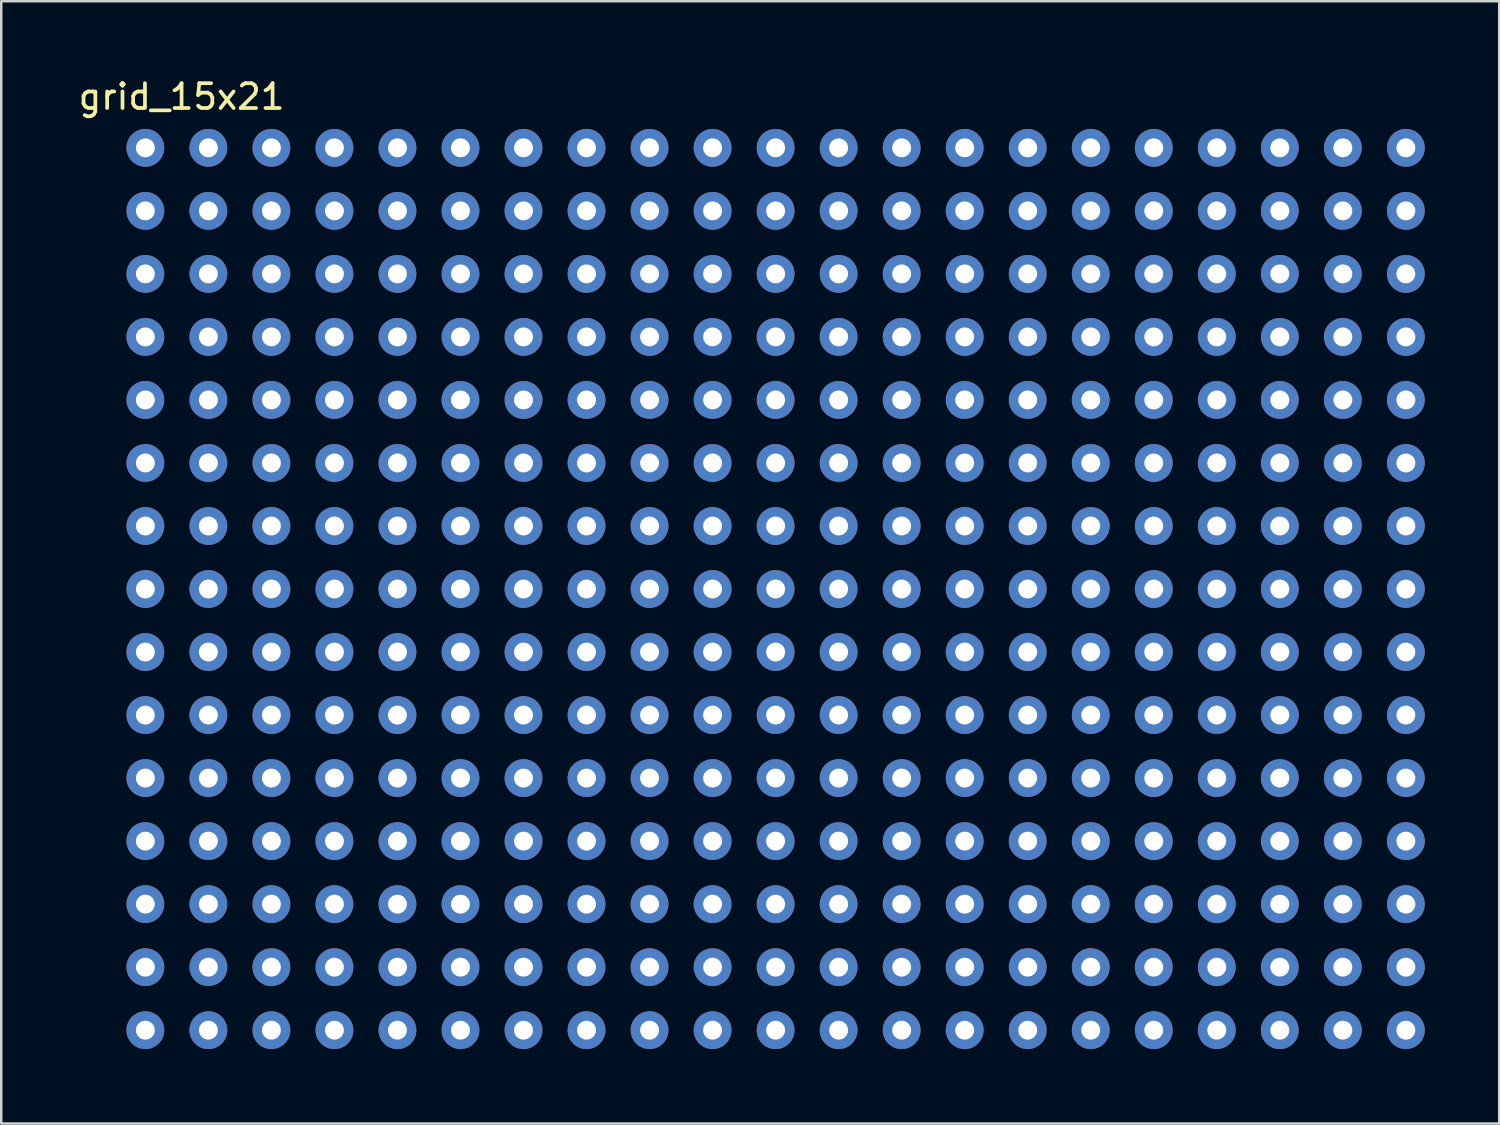
<source format=kicad_pcb>
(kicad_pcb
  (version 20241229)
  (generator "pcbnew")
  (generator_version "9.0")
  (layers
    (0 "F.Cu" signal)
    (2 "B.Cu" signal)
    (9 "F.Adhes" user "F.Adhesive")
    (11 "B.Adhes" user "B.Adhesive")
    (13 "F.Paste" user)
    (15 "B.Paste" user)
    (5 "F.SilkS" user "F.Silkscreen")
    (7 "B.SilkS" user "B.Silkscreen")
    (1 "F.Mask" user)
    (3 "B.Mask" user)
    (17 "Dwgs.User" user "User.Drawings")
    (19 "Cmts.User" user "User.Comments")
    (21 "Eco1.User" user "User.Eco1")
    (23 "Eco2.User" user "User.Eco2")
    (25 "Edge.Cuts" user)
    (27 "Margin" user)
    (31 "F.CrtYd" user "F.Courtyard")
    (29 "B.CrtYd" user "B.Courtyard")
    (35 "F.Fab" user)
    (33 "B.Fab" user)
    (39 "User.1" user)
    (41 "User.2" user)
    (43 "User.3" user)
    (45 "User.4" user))
  (footprint "grid_15x21"
    (layer "F.Cu")
    (at 30.198 15.188)
    (property "Reference" "grid_15x21" (at -25.93 -14.34 0) (layer "F.SilkS") (effects (font (size 1 1) (thickness 0.15))))
    (attr through_hole)
    (pad "1" thru_hole circle (at -27.39 -12.28) (size 1.524 1.524) (drill 0.762) (layers "*.Cu" "*.Mask"))
    (pad "2" thru_hole circle (at -24.85 -12.28) (size 1.524 1.524) (drill 0.762) (layers "*.Cu" "*.Mask"))
    (pad "3" thru_hole circle (at -22.31 -12.28) (size 1.524 1.524) (drill 0.762) (layers "*.Cu" "*.Mask"))
    (pad "4" thru_hole circle (at -19.77 -12.28) (size 1.524 1.524) (drill 0.762) (layers "*.Cu" "*.Mask"))
    (pad "5" thru_hole circle (at -17.23 -12.28) (size 1.524 1.524) (drill 0.762) (layers "*.Cu" "*.Mask"))
    (pad "6" thru_hole circle (at -14.69 -12.28) (size 1.524 1.524) (drill 0.762) (layers "*.Cu" "*.Mask"))
    (pad "7" thru_hole circle (at -12.15 -12.28) (size 1.524 1.524) (drill 0.762) (layers "*.Cu" "*.Mask"))
    (pad "8" thru_hole circle (at -9.61 -12.28) (size 1.524 1.524) (drill 0.762) (layers "*.Cu" "*.Mask"))
    (pad "9" thru_hole circle (at -7.07 -12.28) (size 1.524 1.524) (drill 0.762) (layers "*.Cu" "*.Mask"))
    (pad "10" thru_hole circle (at -4.53 -12.28) (size 1.524 1.524) (drill 0.762) (layers "*.Cu" "*.Mask"))
    (pad "11" thru_hole circle (at -1.99 -12.28) (size 1.524 1.524) (drill 0.762) (layers "*.Cu" "*.Mask"))
    (pad "12" thru_hole circle (at 0.55 -12.28) (size 1.524 1.524) (drill 0.762) (layers "*.Cu" "*.Mask"))
    (pad "13" thru_hole circle (at 3.09 -12.28) (size 1.524 1.524) (drill 0.762) (layers "*.Cu" "*.Mask"))
    (pad "14" thru_hole circle (at 5.63 -12.28) (size 1.524 1.524) (drill 0.762) (layers "*.Cu" "*.Mask"))
    (pad "15" thru_hole circle (at 8.17 -12.28) (size 1.524 1.524) (drill 0.762) (layers "*.Cu" "*.Mask"))
    (pad "16" thru_hole circle (at 10.71 -12.28) (size 1.524 1.524) (drill 0.762) (layers "*.Cu" "*.Mask"))
    (pad "17" thru_hole circle (at 13.25 -12.28) (size 1.524 1.524) (drill 0.762) (layers "*.Cu" "*.Mask"))
    (pad "18" thru_hole circle (at 15.79 -12.28) (size 1.524 1.524) (drill 0.762) (layers "*.Cu" "*.Mask"))
    (pad "19" thru_hole circle (at 18.33 -12.28) (size 1.524 1.524) (drill 0.762) (layers "*.Cu" "*.Mask"))
    (pad "20" thru_hole circle (at 20.87 -12.28) (size 1.524 1.524) (drill 0.762) (layers "*.Cu" "*.Mask"))
    (pad "21" thru_hole circle (at 23.41 -12.28) (size 1.524 1.524) (drill 0.762) (layers "*.Cu" "*.Mask"))
    (pad "22" thru_hole circle (at -27.39 -9.74) (size 1.524 1.524) (drill 0.762) (layers "*.Cu" "*.Mask"))
    (pad "23" thru_hole circle (at -24.85 -9.74) (size 1.524 1.524) (drill 0.762) (layers "*.Cu" "*.Mask"))
    (pad "24" thru_hole circle (at -22.31 -9.74) (size 1.524 1.524) (drill 0.762) (layers "*.Cu" "*.Mask"))
    (pad "25" thru_hole circle (at -19.77 -9.74) (size 1.524 1.524) (drill 0.762) (layers "*.Cu" "*.Mask"))
    (pad "26" thru_hole circle (at -17.23 -9.74) (size 1.524 1.524) (drill 0.762) (layers "*.Cu" "*.Mask"))
    (pad "27" thru_hole circle (at -14.69 -9.74) (size 1.524 1.524) (drill 0.762) (layers "*.Cu" "*.Mask"))
    (pad "28" thru_hole circle (at -12.15 -9.74) (size 1.524 1.524) (drill 0.762) (layers "*.Cu" "*.Mask"))
    (pad "29" thru_hole circle (at -9.61 -9.74) (size 1.524 1.524) (drill 0.762) (layers "*.Cu" "*.Mask"))
    (pad "30" thru_hole circle (at -7.07 -9.74) (size 1.524 1.524) (drill 0.762) (layers "*.Cu" "*.Mask"))
    (pad "31" thru_hole circle (at -4.53 -9.74) (size 1.524 1.524) (drill 0.762) (layers "*.Cu" "*.Mask"))
    (pad "32" thru_hole circle (at -1.99 -9.74) (size 1.524 1.524) (drill 0.762) (layers "*.Cu" "*.Mask"))
    (pad "33" thru_hole circle (at 0.55 -9.74) (size 1.524 1.524) (drill 0.762) (layers "*.Cu" "*.Mask"))
    (pad "34" thru_hole circle (at 3.09 -9.74) (size 1.524 1.524) (drill 0.762) (layers "*.Cu" "*.Mask"))
    (pad "35" thru_hole circle (at 5.63 -9.74) (size 1.524 1.524) (drill 0.762) (layers "*.Cu" "*.Mask"))
    (pad "36" thru_hole circle (at 8.17 -9.74) (size 1.524 1.524) (drill 0.762) (layers "*.Cu" "*.Mask"))
    (pad "37" thru_hole circle (at 10.71 -9.74) (size 1.524 1.524) (drill 0.762) (layers "*.Cu" "*.Mask"))
    (pad "38" thru_hole circle (at 13.25 -9.74) (size 1.524 1.524) (drill 0.762) (layers "*.Cu" "*.Mask"))
    (pad "39" thru_hole circle (at 15.79 -9.74) (size 1.524 1.524) (drill 0.762) (layers "*.Cu" "*.Mask"))
    (pad "40" thru_hole circle (at 18.33 -9.74) (size 1.524 1.524) (drill 0.762) (layers "*.Cu" "*.Mask"))
    (pad "41" thru_hole circle (at 20.87 -9.74) (size 1.524 1.524) (drill 0.762) (layers "*.Cu" "*.Mask"))
    (pad "42" thru_hole circle (at 23.41 -9.74) (size 1.524 1.524) (drill 0.762) (layers "*.Cu" "*.Mask"))
    (pad "43" thru_hole circle (at -27.39 -7.2) (size 1.524 1.524) (drill 0.762) (layers "*.Cu" "*.Mask"))
    (pad "44" thru_hole circle (at -24.85 -7.2) (size 1.524 1.524) (drill 0.762) (layers "*.Cu" "*.Mask"))
    (pad "45" thru_hole circle (at -22.31 -7.2) (size 1.524 1.524) (drill 0.762) (layers "*.Cu" "*.Mask"))
    (pad "46" thru_hole circle (at -19.77 -7.2) (size 1.524 1.524) (drill 0.762) (layers "*.Cu" "*.Mask"))
    (pad "47" thru_hole circle (at -17.23 -7.2) (size 1.524 1.524) (drill 0.762) (layers "*.Cu" "*.Mask"))
    (pad "48" thru_hole circle (at -14.69 -7.2) (size 1.524 1.524) (drill 0.762) (layers "*.Cu" "*.Mask"))
    (pad "49" thru_hole circle (at -12.15 -7.2) (size 1.524 1.524) (drill 0.762) (layers "*.Cu" "*.Mask"))
    (pad "50" thru_hole circle (at -9.61 -7.2) (size 1.524 1.524) (drill 0.762) (layers "*.Cu" "*.Mask"))
    (pad "51" thru_hole circle (at -7.07 -7.2) (size 1.524 1.524) (drill 0.762) (layers "*.Cu" "*.Mask"))
    (pad "52" thru_hole circle (at -4.53 -7.2) (size 1.524 1.524) (drill 0.762) (layers "*.Cu" "*.Mask"))
    (pad "53" thru_hole circle (at -1.99 -7.2) (size 1.524 1.524) (drill 0.762) (layers "*.Cu" "*.Mask"))
    (pad "54" thru_hole circle (at 0.55 -7.2) (size 1.524 1.524) (drill 0.762) (layers "*.Cu" "*.Mask"))
    (pad "55" thru_hole circle (at 3.09 -7.2) (size 1.524 1.524) (drill 0.762) (layers "*.Cu" "*.Mask"))
    (pad "56" thru_hole circle (at 5.63 -7.2) (size 1.524 1.524) (drill 0.762) (layers "*.Cu" "*.Mask"))
    (pad "57" thru_hole circle (at 8.17 -7.2) (size 1.524 1.524) (drill 0.762) (layers "*.Cu" "*.Mask"))
    (pad "58" thru_hole circle (at 10.71 -7.2) (size 1.524 1.524) (drill 0.762) (layers "*.Cu" "*.Mask"))
    (pad "59" thru_hole circle (at 13.25 -7.2) (size 1.524 1.524) (drill 0.762) (layers "*.Cu" "*.Mask"))
    (pad "60" thru_hole circle (at 15.79 -7.2) (size 1.524 1.524) (drill 0.762) (layers "*.Cu" "*.Mask"))
    (pad "61" thru_hole circle (at 18.33 -7.2) (size 1.524 1.524) (drill 0.762) (layers "*.Cu" "*.Mask"))
    (pad "62" thru_hole circle (at 20.87 -7.2) (size 1.524 1.524) (drill 0.762) (layers "*.Cu" "*.Mask"))
    (pad "63" thru_hole circle (at 23.41 -7.2) (size 1.524 1.524) (drill 0.762) (layers "*.Cu" "*.Mask"))
    (pad "64" thru_hole circle (at -27.39 -4.66) (size 1.524 1.524) (drill 0.762) (layers "*.Cu" "*.Mask"))
    (pad "65" thru_hole circle (at -24.85 -4.66) (size 1.524 1.524) (drill 0.762) (layers "*.Cu" "*.Mask"))
    (pad "66" thru_hole circle (at -22.31 -4.66) (size 1.524 1.524) (drill 0.762) (layers "*.Cu" "*.Mask"))
    (pad "67" thru_hole circle (at -19.77 -4.66) (size 1.524 1.524) (drill 0.762) (layers "*.Cu" "*.Mask"))
    (pad "68" thru_hole circle (at -17.23 -4.66) (size 1.524 1.524) (drill 0.762) (layers "*.Cu" "*.Mask"))
    (pad "69" thru_hole circle (at -14.69 -4.66) (size 1.524 1.524) (drill 0.762) (layers "*.Cu" "*.Mask"))
    (pad "70" thru_hole circle (at -12.15 -4.66) (size 1.524 1.524) (drill 0.762) (layers "*.Cu" "*.Mask"))
    (pad "71" thru_hole circle (at -9.61 -4.66) (size 1.524 1.524) (drill 0.762) (layers "*.Cu" "*.Mask"))
    (pad "72" thru_hole circle (at -7.07 -4.66) (size 1.524 1.524) (drill 0.762) (layers "*.Cu" "*.Mask"))
    (pad "73" thru_hole circle (at -4.53 -4.66) (size 1.524 1.524) (drill 0.762) (layers "*.Cu" "*.Mask"))
    (pad "74" thru_hole circle (at -1.99 -4.66) (size 1.524 1.524) (drill 0.762) (layers "*.Cu" "*.Mask"))
    (pad "75" thru_hole circle (at 0.55 -4.66) (size 1.524 1.524) (drill 0.762) (layers "*.Cu" "*.Mask"))
    (pad "76" thru_hole circle (at 3.09 -4.66) (size 1.524 1.524) (drill 0.762) (layers "*.Cu" "*.Mask"))
    (pad "77" thru_hole circle (at 5.63 -4.66) (size 1.524 1.524) (drill 0.762) (layers "*.Cu" "*.Mask"))
    (pad "78" thru_hole circle (at 8.17 -4.66) (size 1.524 1.524) (drill 0.762) (layers "*.Cu" "*.Mask"))
    (pad "79" thru_hole circle (at 10.71 -4.66) (size 1.524 1.524) (drill 0.762) (layers "*.Cu" "*.Mask"))
    (pad "80" thru_hole circle (at 13.25 -4.66) (size 1.524 1.524) (drill 0.762) (layers "*.Cu" "*.Mask"))
    (pad "81" thru_hole circle (at 15.79 -4.66) (size 1.524 1.524) (drill 0.762) (layers "*.Cu" "*.Mask"))
    (pad "82" thru_hole circle (at 18.33 -4.66) (size 1.524 1.524) (drill 0.762) (layers "*.Cu" "*.Mask"))
    (pad "83" thru_hole circle (at 20.87 -4.66) (size 1.524 1.524) (drill 0.762) (layers "*.Cu" "*.Mask"))
    (pad "84" thru_hole circle (at 23.41 -4.66) (size 1.524 1.524) (drill 0.762) (layers "*.Cu" "*.Mask"))
    (pad "85" thru_hole circle (at -27.39 -2.12) (size 1.524 1.524) (drill 0.762) (layers "*.Cu" "*.Mask"))
    (pad "86" thru_hole circle (at -24.85 -2.12) (size 1.524 1.524) (drill 0.762) (layers "*.Cu" "*.Mask"))
    (pad "87" thru_hole circle (at -22.31 -2.12) (size 1.524 1.524) (drill 0.762) (layers "*.Cu" "*.Mask"))
    (pad "88" thru_hole circle (at -19.77 -2.12) (size 1.524 1.524) (drill 0.762) (layers "*.Cu" "*.Mask"))
    (pad "89" thru_hole circle (at -17.23 -2.12) (size 1.524 1.524) (drill 0.762) (layers "*.Cu" "*.Mask"))
    (pad "90" thru_hole circle (at -14.69 -2.12) (size 1.524 1.524) (drill 0.762) (layers "*.Cu" "*.Mask"))
    (pad "91" thru_hole circle (at -12.15 -2.12) (size 1.524 1.524) (drill 0.762) (layers "*.Cu" "*.Mask"))
    (pad "92" thru_hole circle (at -9.61 -2.12) (size 1.524 1.524) (drill 0.762) (layers "*.Cu" "*.Mask"))
    (pad "93" thru_hole circle (at -7.07 -2.12) (size 1.524 1.524) (drill 0.762) (layers "*.Cu" "*.Mask"))
    (pad "94" thru_hole circle (at -4.53 -2.12) (size 1.524 1.524) (drill 0.762) (layers "*.Cu" "*.Mask"))
    (pad "95" thru_hole circle (at -1.99 -2.12) (size 1.524 1.524) (drill 0.762) (layers "*.Cu" "*.Mask"))
    (pad "96" thru_hole circle (at 0.55 -2.12) (size 1.524 1.524) (drill 0.762) (layers "*.Cu" "*.Mask"))
    (pad "97" thru_hole circle (at 3.09 -2.12) (size 1.524 1.524) (drill 0.762) (layers "*.Cu" "*.Mask"))
    (pad "98" thru_hole circle (at 5.63 -2.12) (size 1.524 1.524) (drill 0.762) (layers "*.Cu" "*.Mask"))
    (pad "99" thru_hole circle (at 8.17 -2.12) (size 1.524 1.524) (drill 0.762) (layers "*.Cu" "*.Mask"))
    (pad "100" thru_hole circle (at 10.71 -2.12) (size 1.524 1.524) (drill 0.762) (layers "*.Cu" "*.Mask"))
    (pad "101" thru_hole circle (at 13.25 -2.12) (size 1.524 1.524) (drill 0.762) (layers "*.Cu" "*.Mask"))
    (pad "102" thru_hole circle (at 15.79 -2.12) (size 1.524 1.524) (drill 0.762) (layers "*.Cu" "*.Mask"))
    (pad "103" thru_hole circle (at 18.33 -2.12) (size 1.524 1.524) (drill 0.762) (layers "*.Cu" "*.Mask"))
    (pad "104" thru_hole circle (at 20.87 -2.12) (size 1.524 1.524) (drill 0.762) (layers "*.Cu" "*.Mask"))
    (pad "105" thru_hole circle (at 23.41 -2.12) (size 1.524 1.524) (drill 0.762) (layers "*.Cu" "*.Mask"))
    (pad "106" thru_hole circle (at -27.39 0.42) (size 1.524 1.524) (drill 0.762) (layers "*.Cu" "*.Mask"))
    (pad "107" thru_hole circle (at -24.85 0.42) (size 1.524 1.524) (drill 0.762) (layers "*.Cu" "*.Mask"))
    (pad "108" thru_hole circle (at -22.31 0.42) (size 1.524 1.524) (drill 0.762) (layers "*.Cu" "*.Mask"))
    (pad "109" thru_hole circle (at -19.77 0.42) (size 1.524 1.524) (drill 0.762) (layers "*.Cu" "*.Mask"))
    (pad "110" thru_hole circle (at -17.23 0.42) (size 1.524 1.524) (drill 0.762) (layers "*.Cu" "*.Mask"))
    (pad "111" thru_hole circle (at -14.69 0.42) (size 1.524 1.524) (drill 0.762) (layers "*.Cu" "*.Mask"))
    (pad "112" thru_hole circle (at -12.15 0.42) (size 1.524 1.524) (drill 0.762) (layers "*.Cu" "*.Mask"))
    (pad "113" thru_hole circle (at -9.61 0.42) (size 1.524 1.524) (drill 0.762) (layers "*.Cu" "*.Mask"))
    (pad "114" thru_hole circle (at -7.07 0.42) (size 1.524 1.524) (drill 0.762) (layers "*.Cu" "*.Mask"))
    (pad "115" thru_hole circle (at -4.53 0.42) (size 1.524 1.524) (drill 0.762) (layers "*.Cu" "*.Mask"))
    (pad "116" thru_hole circle (at -1.99 0.42) (size 1.524 1.524) (drill 0.762) (layers "*.Cu" "*.Mask"))
    (pad "117" thru_hole circle (at 0.55 0.42) (size 1.524 1.524) (drill 0.762) (layers "*.Cu" "*.Mask"))
    (pad "118" thru_hole circle (at 3.09 0.42) (size 1.524 1.524) (drill 0.762) (layers "*.Cu" "*.Mask"))
    (pad "119" thru_hole circle (at 5.63 0.42) (size 1.524 1.524) (drill 0.762) (layers "*.Cu" "*.Mask"))
    (pad "120" thru_hole circle (at 8.17 0.42) (size 1.524 1.524) (drill 0.762) (layers "*.Cu" "*.Mask"))
    (pad "121" thru_hole circle (at 10.71 0.42) (size 1.524 1.524) (drill 0.762) (layers "*.Cu" "*.Mask"))
    (pad "122" thru_hole circle (at 13.25 0.42) (size 1.524 1.524) (drill 0.762) (layers "*.Cu" "*.Mask"))
    (pad "123" thru_hole circle (at 15.79 0.42) (size 1.524 1.524) (drill 0.762) (layers "*.Cu" "*.Mask"))
    (pad "124" thru_hole circle (at 18.33 0.42) (size 1.524 1.524) (drill 0.762) (layers "*.Cu" "*.Mask"))
    (pad "125" thru_hole circle (at 20.87 0.42) (size 1.524 1.524) (drill 0.762) (layers "*.Cu" "*.Mask"))
    (pad "126" thru_hole circle (at 23.41 0.42) (size 1.524 1.524) (drill 0.762) (layers "*.Cu" "*.Mask"))
    (pad "127" thru_hole circle (at -27.39 2.96) (size 1.524 1.524) (drill 0.762) (layers "*.Cu" "*.Mask"))
    (pad "128" thru_hole circle (at -24.85 2.96) (size 1.524 1.524) (drill 0.762) (layers "*.Cu" "*.Mask"))
    (pad "129" thru_hole circle (at -22.31 2.96) (size 1.524 1.524) (drill 0.762) (layers "*.Cu" "*.Mask"))
    (pad "130" thru_hole circle (at -19.77 2.96) (size 1.524 1.524) (drill 0.762) (layers "*.Cu" "*.Mask"))
    (pad "131" thru_hole circle (at -17.23 2.96) (size 1.524 1.524) (drill 0.762) (layers "*.Cu" "*.Mask"))
    (pad "132" thru_hole circle (at -14.69 2.96) (size 1.524 1.524) (drill 0.762) (layers "*.Cu" "*.Mask"))
    (pad "133" thru_hole circle (at -12.15 2.96) (size 1.524 1.524) (drill 0.762) (layers "*.Cu" "*.Mask"))
    (pad "134" thru_hole circle (at -9.61 2.96) (size 1.524 1.524) (drill 0.762) (layers "*.Cu" "*.Mask"))
    (pad "135" thru_hole circle (at -7.07 2.96) (size 1.524 1.524) (drill 0.762) (layers "*.Cu" "*.Mask"))
    (pad "136" thru_hole circle (at -4.53 2.96) (size 1.524 1.524) (drill 0.762) (layers "*.Cu" "*.Mask"))
    (pad "137" thru_hole circle (at -1.99 2.96) (size 1.524 1.524) (drill 0.762) (layers "*.Cu" "*.Mask"))
    (pad "138" thru_hole circle (at 0.55 2.96) (size 1.524 1.524) (drill 0.762) (layers "*.Cu" "*.Mask"))
    (pad "139" thru_hole circle (at 3.09 2.96) (size 1.524 1.524) (drill 0.762) (layers "*.Cu" "*.Mask"))
    (pad "140" thru_hole circle (at 5.63 2.96) (size 1.524 1.524) (drill 0.762) (layers "*.Cu" "*.Mask"))
    (pad "141" thru_hole circle (at 8.17 2.96) (size 1.524 1.524) (drill 0.762) (layers "*.Cu" "*.Mask"))
    (pad "142" thru_hole circle (at 10.71 2.96) (size 1.524 1.524) (drill 0.762) (layers "*.Cu" "*.Mask"))
    (pad "143" thru_hole circle (at 13.25 2.96) (size 1.524 1.524) (drill 0.762) (layers "*.Cu" "*.Mask"))
    (pad "144" thru_hole circle (at 15.79 2.96) (size 1.524 1.524) (drill 0.762) (layers "*.Cu" "*.Mask"))
    (pad "145" thru_hole circle (at 18.33 2.96) (size 1.524 1.524) (drill 0.762) (layers "*.Cu" "*.Mask"))
    (pad "146" thru_hole circle (at 20.87 2.96) (size 1.524 1.524) (drill 0.762) (layers "*.Cu" "*.Mask"))
    (pad "147" thru_hole circle (at 23.41 2.96) (size 1.524 1.524) (drill 0.762) (layers "*.Cu" "*.Mask"))
    (pad "148" thru_hole circle (at -27.39 5.5) (size 1.524 1.524) (drill 0.762) (layers "*.Cu" "*.Mask"))
    (pad "149" thru_hole circle (at -24.85 5.5) (size 1.524 1.524) (drill 0.762) (layers "*.Cu" "*.Mask"))
    (pad "150" thru_hole circle (at -22.31 5.5) (size 1.524 1.524) (drill 0.762) (layers "*.Cu" "*.Mask"))
    (pad "151" thru_hole circle (at -19.77 5.5) (size 1.524 1.524) (drill 0.762) (layers "*.Cu" "*.Mask"))
    (pad "152" thru_hole circle (at -17.23 5.5) (size 1.524 1.524) (drill 0.762) (layers "*.Cu" "*.Mask"))
    (pad "153" thru_hole circle (at -14.69 5.5) (size 1.524 1.524) (drill 0.762) (layers "*.Cu" "*.Mask"))
    (pad "154" thru_hole circle (at -12.15 5.5) (size 1.524 1.524) (drill 0.762) (layers "*.Cu" "*.Mask"))
    (pad "155" thru_hole circle (at -9.61 5.5) (size 1.524 1.524) (drill 0.762) (layers "*.Cu" "*.Mask"))
    (pad "156" thru_hole circle (at -7.07 5.5) (size 1.524 1.524) (drill 0.762) (layers "*.Cu" "*.Mask"))
    (pad "157" thru_hole circle (at -4.53 5.5) (size 1.524 1.524) (drill 0.762) (layers "*.Cu" "*.Mask"))
    (pad "158" thru_hole circle (at -1.99 5.5) (size 1.524 1.524) (drill 0.762) (layers "*.Cu" "*.Mask"))
    (pad "159" thru_hole circle (at 0.55 5.5) (size 1.524 1.524) (drill 0.762) (layers "*.Cu" "*.Mask"))
    (pad "160" thru_hole circle (at 3.09 5.5) (size 1.524 1.524) (drill 0.762) (layers "*.Cu" "*.Mask"))
    (pad "161" thru_hole circle (at 5.63 5.5) (size 1.524 1.524) (drill 0.762) (layers "*.Cu" "*.Mask"))
    (pad "162" thru_hole circle (at 8.17 5.5) (size 1.524 1.524) (drill 0.762) (layers "*.Cu" "*.Mask"))
    (pad "163" thru_hole circle (at 10.71 5.5) (size 1.524 1.524) (drill 0.762) (layers "*.Cu" "*.Mask"))
    (pad "164" thru_hole circle (at 13.25 5.5) (size 1.524 1.524) (drill 0.762) (layers "*.Cu" "*.Mask"))
    (pad "165" thru_hole circle (at 15.79 5.5) (size 1.524 1.524) (drill 0.762) (layers "*.Cu" "*.Mask"))
    (pad "166" thru_hole circle (at 18.33 5.5) (size 1.524 1.524) (drill 0.762) (layers "*.Cu" "*.Mask"))
    (pad "167" thru_hole circle (at 20.87 5.5) (size 1.524 1.524) (drill 0.762) (layers "*.Cu" "*.Mask"))
    (pad "168" thru_hole circle (at 23.41 5.5) (size 1.524 1.524) (drill 0.762) (layers "*.Cu" "*.Mask"))
    (pad "169" thru_hole circle (at -27.39 8.04) (size 1.524 1.524) (drill 0.762) (layers "*.Cu" "*.Mask"))
    (pad "170" thru_hole circle (at -24.85 8.04) (size 1.524 1.524) (drill 0.762) (layers "*.Cu" "*.Mask"))
    (pad "171" thru_hole circle (at -22.31 8.04) (size 1.524 1.524) (drill 0.762) (layers "*.Cu" "*.Mask"))
    (pad "172" thru_hole circle (at -19.77 8.04) (size 1.524 1.524) (drill 0.762) (layers "*.Cu" "*.Mask"))
    (pad "173" thru_hole circle (at -17.23 8.04) (size 1.524 1.524) (drill 0.762) (layers "*.Cu" "*.Mask"))
    (pad "174" thru_hole circle (at -14.69 8.04) (size 1.524 1.524) (drill 0.762) (layers "*.Cu" "*.Mask"))
    (pad "175" thru_hole circle (at -12.15 8.04) (size 1.524 1.524) (drill 0.762) (layers "*.Cu" "*.Mask"))
    (pad "176" thru_hole circle (at -9.61 8.04) (size 1.524 1.524) (drill 0.762) (layers "*.Cu" "*.Mask"))
    (pad "177" thru_hole circle (at -7.07 8.04) (size 1.524 1.524) (drill 0.762) (layers "*.Cu" "*.Mask"))
    (pad "178" thru_hole circle (at -4.53 8.04) (size 1.524 1.524) (drill 0.762) (layers "*.Cu" "*.Mask"))
    (pad "179" thru_hole circle (at -1.99 8.04) (size 1.524 1.524) (drill 0.762) (layers "*.Cu" "*.Mask"))
    (pad "180" thru_hole circle (at 0.55 8.04) (size 1.524 1.524) (drill 0.762) (layers "*.Cu" "*.Mask"))
    (pad "181" thru_hole circle (at 3.09 8.04) (size 1.524 1.524) (drill 0.762) (layers "*.Cu" "*.Mask"))
    (pad "182" thru_hole circle (at 5.63 8.04) (size 1.524 1.524) (drill 0.762) (layers "*.Cu" "*.Mask"))
    (pad "183" thru_hole circle (at 8.17 8.04) (size 1.524 1.524) (drill 0.762) (layers "*.Cu" "*.Mask"))
    (pad "184" thru_hole circle (at 10.71 8.04) (size 1.524 1.524) (drill 0.762) (layers "*.Cu" "*.Mask"))
    (pad "185" thru_hole circle (at 13.25 8.04) (size 1.524 1.524) (drill 0.762) (layers "*.Cu" "*.Mask"))
    (pad "186" thru_hole circle (at 15.79 8.04) (size 1.524 1.524) (drill 0.762) (layers "*.Cu" "*.Mask"))
    (pad "187" thru_hole circle (at 18.33 8.04) (size 1.524 1.524) (drill 0.762) (layers "*.Cu" "*.Mask"))
    (pad "188" thru_hole circle (at 20.87 8.04) (size 1.524 1.524) (drill 0.762) (layers "*.Cu" "*.Mask"))
    (pad "189" thru_hole circle (at 23.41 8.04) (size 1.524 1.524) (drill 0.762) (layers "*.Cu" "*.Mask"))
    (pad "190" thru_hole circle (at -27.39 10.58) (size 1.524 1.524) (drill 0.762) (layers "*.Cu" "*.Mask"))
    (pad "191" thru_hole circle (at -24.85 10.58) (size 1.524 1.524) (drill 0.762) (layers "*.Cu" "*.Mask"))
    (pad "192" thru_hole circle (at -22.31 10.58) (size 1.524 1.524) (drill 0.762) (layers "*.Cu" "*.Mask"))
    (pad "193" thru_hole circle (at -19.77 10.58) (size 1.524 1.524) (drill 0.762) (layers "*.Cu" "*.Mask"))
    (pad "194" thru_hole circle (at -17.23 10.58) (size 1.524 1.524) (drill 0.762) (layers "*.Cu" "*.Mask"))
    (pad "195" thru_hole circle (at -14.69 10.58) (size 1.524 1.524) (drill 0.762) (layers "*.Cu" "*.Mask"))
    (pad "196" thru_hole circle (at -12.15 10.58) (size 1.524 1.524) (drill 0.762) (layers "*.Cu" "*.Mask"))
    (pad "197" thru_hole circle (at -9.61 10.58) (size 1.524 1.524) (drill 0.762) (layers "*.Cu" "*.Mask"))
    (pad "198" thru_hole circle (at -7.07 10.58) (size 1.524 1.524) (drill 0.762) (layers "*.Cu" "*.Mask"))
    (pad "199" thru_hole circle (at -4.53 10.58) (size 1.524 1.524) (drill 0.762) (layers "*.Cu" "*.Mask"))
    (pad "200" thru_hole circle (at -1.99 10.58) (size 1.524 1.524) (drill 0.762) (layers "*.Cu" "*.Mask"))
    (pad "201" thru_hole circle (at 0.55 10.58) (size 1.524 1.524) (drill 0.762) (layers "*.Cu" "*.Mask"))
    (pad "202" thru_hole circle (at 3.09 10.58) (size 1.524 1.524) (drill 0.762) (layers "*.Cu" "*.Mask"))
    (pad "203" thru_hole circle (at 5.63 10.58) (size 1.524 1.524) (drill 0.762) (layers "*.Cu" "*.Mask"))
    (pad "204" thru_hole circle (at 8.17 10.58) (size 1.524 1.524) (drill 0.762) (layers "*.Cu" "*.Mask"))
    (pad "205" thru_hole circle (at 10.71 10.58) (size 1.524 1.524) (drill 0.762) (layers "*.Cu" "*.Mask"))
    (pad "206" thru_hole circle (at 13.25 10.58) (size 1.524 1.524) (drill 0.762) (layers "*.Cu" "*.Mask"))
    (pad "207" thru_hole circle (at 15.79 10.58) (size 1.524 1.524) (drill 0.762) (layers "*.Cu" "*.Mask"))
    (pad "208" thru_hole circle (at 18.33 10.58) (size 1.524 1.524) (drill 0.762) (layers "*.Cu" "*.Mask"))
    (pad "209" thru_hole circle (at 20.87 10.58) (size 1.524 1.524) (drill 0.762) (layers "*.Cu" "*.Mask"))
    (pad "210" thru_hole circle (at 23.41 10.58) (size 1.524 1.524) (drill 0.762) (layers "*.Cu" "*.Mask"))
    (pad "211" thru_hole circle (at -27.39 13.12) (size 1.524 1.524) (drill 0.762) (layers "*.Cu" "*.Mask"))
    (pad "212" thru_hole circle (at -24.85 13.12) (size 1.524 1.524) (drill 0.762) (layers "*.Cu" "*.Mask"))
    (pad "213" thru_hole circle (at -22.31 13.12) (size 1.524 1.524) (drill 0.762) (layers "*.Cu" "*.Mask"))
    (pad "214" thru_hole circle (at -19.77 13.12) (size 1.524 1.524) (drill 0.762) (layers "*.Cu" "*.Mask"))
    (pad "215" thru_hole circle (at -17.23 13.12) (size 1.524 1.524) (drill 0.762) (layers "*.Cu" "*.Mask"))
    (pad "216" thru_hole circle (at -14.69 13.12) (size 1.524 1.524) (drill 0.762) (layers "*.Cu" "*.Mask"))
    (pad "217" thru_hole circle (at -12.15 13.12) (size 1.524 1.524) (drill 0.762) (layers "*.Cu" "*.Mask"))
    (pad "218" thru_hole circle (at -9.61 13.12) (size 1.524 1.524) (drill 0.762) (layers "*.Cu" "*.Mask"))
    (pad "219" thru_hole circle (at -7.07 13.12) (size 1.524 1.524) (drill 0.762) (layers "*.Cu" "*.Mask"))
    (pad "220" thru_hole circle (at -4.53 13.12) (size 1.524 1.524) (drill 0.762) (layers "*.Cu" "*.Mask"))
    (pad "221" thru_hole circle (at -1.99 13.12) (size 1.524 1.524) (drill 0.762) (layers "*.Cu" "*.Mask"))
    (pad "222" thru_hole circle (at 0.55 13.12) (size 1.524 1.524) (drill 0.762) (layers "*.Cu" "*.Mask"))
    (pad "223" thru_hole circle (at 3.09 13.12) (size 1.524 1.524) (drill 0.762) (layers "*.Cu" "*.Mask"))
    (pad "224" thru_hole circle (at 5.63 13.12) (size 1.524 1.524) (drill 0.762) (layers "*.Cu" "*.Mask"))
    (pad "225" thru_hole circle (at 8.17 13.12) (size 1.524 1.524) (drill 0.762) (layers "*.Cu" "*.Mask"))
    (pad "226" thru_hole circle (at 10.71 13.12) (size 1.524 1.524) (drill 0.762) (layers "*.Cu" "*.Mask"))
    (pad "227" thru_hole circle (at 13.25 13.12) (size 1.524 1.524) (drill 0.762) (layers "*.Cu" "*.Mask"))
    (pad "228" thru_hole circle (at 15.79 13.12) (size 1.524 1.524) (drill 0.762) (layers "*.Cu" "*.Mask"))
    (pad "229" thru_hole circle (at 18.33 13.12) (size 1.524 1.524) (drill 0.762) (layers "*.Cu" "*.Mask"))
    (pad "230" thru_hole circle (at 20.87 13.12) (size 1.524 1.524) (drill 0.762) (layers "*.Cu" "*.Mask"))
    (pad "231" thru_hole circle (at 23.41 13.12) (size 1.524 1.524) (drill 0.762) (layers "*.Cu" "*.Mask"))
    (pad "232" thru_hole circle (at -27.39 15.66) (size 1.524 1.524) (drill 0.762) (layers "*.Cu" "*.Mask"))
    (pad "233" thru_hole circle (at -24.85 15.66) (size 1.524 1.524) (drill 0.762) (layers "*.Cu" "*.Mask"))
    (pad "234" thru_hole circle (at -22.31 15.66) (size 1.524 1.524) (drill 0.762) (layers "*.Cu" "*.Mask"))
    (pad "235" thru_hole circle (at -19.77 15.66) (size 1.524 1.524) (drill 0.762) (layers "*.Cu" "*.Mask"))
    (pad "236" thru_hole circle (at -17.23 15.66) (size 1.524 1.524) (drill 0.762) (layers "*.Cu" "*.Mask"))
    (pad "237" thru_hole circle (at -14.69 15.66) (size 1.524 1.524) (drill 0.762) (layers "*.Cu" "*.Mask"))
    (pad "238" thru_hole circle (at -12.15 15.66) (size 1.524 1.524) (drill 0.762) (layers "*.Cu" "*.Mask"))
    (pad "239" thru_hole circle (at -9.61 15.66) (size 1.524 1.524) (drill 0.762) (layers "*.Cu" "*.Mask"))
    (pad "240" thru_hole circle (at -7.07 15.66) (size 1.524 1.524) (drill 0.762) (layers "*.Cu" "*.Mask"))
    (pad "241" thru_hole circle (at -4.53 15.66) (size 1.524 1.524) (drill 0.762) (layers "*.Cu" "*.Mask"))
    (pad "242" thru_hole circle (at -1.99 15.66) (size 1.524 1.524) (drill 0.762) (layers "*.Cu" "*.Mask"))
    (pad "243" thru_hole circle (at 0.55 15.66) (size 1.524 1.524) (drill 0.762) (layers "*.Cu" "*.Mask"))
    (pad "244" thru_hole circle (at 3.09 15.66) (size 1.524 1.524) (drill 0.762) (layers "*.Cu" "*.Mask"))
    (pad "245" thru_hole circle (at 5.63 15.66) (size 1.524 1.524) (drill 0.762) (layers "*.Cu" "*.Mask"))
    (pad "246" thru_hole circle (at 8.17 15.66) (size 1.524 1.524) (drill 0.762) (layers "*.Cu" "*.Mask"))
    (pad "247" thru_hole circle (at 10.71 15.66) (size 1.524 1.524) (drill 0.762) (layers "*.Cu" "*.Mask"))
    (pad "248" thru_hole circle (at 13.25 15.66) (size 1.524 1.524) (drill 0.762) (layers "*.Cu" "*.Mask"))
    (pad "249" thru_hole circle (at 15.79 15.66) (size 1.524 1.524) (drill 0.762) (layers "*.Cu" "*.Mask"))
    (pad "250" thru_hole circle (at 18.33 15.66) (size 1.524 1.524) (drill 0.762) (layers "*.Cu" "*.Mask"))
    (pad "251" thru_hole circle (at 20.87 15.66) (size 1.524 1.524) (drill 0.762) (layers "*.Cu" "*.Mask"))
    (pad "252" thru_hole circle (at 23.41 15.66) (size 1.524 1.524) (drill 0.762) (layers "*.Cu" "*.Mask"))
    (pad "253" thru_hole circle (at -27.39 18.2) (size 1.524 1.524) (drill 0.762) (layers "*.Cu" "*.Mask"))
    (pad "254" thru_hole circle (at -24.85 18.2) (size 1.524 1.524) (drill 0.762) (layers "*.Cu" "*.Mask"))
    (pad "255" thru_hole circle (at -22.31 18.2) (size 1.524 1.524) (drill 0.762) (layers "*.Cu" "*.Mask"))
    (pad "256" thru_hole circle (at -19.77 18.2) (size 1.524 1.524) (drill 0.762) (layers "*.Cu" "*.Mask"))
    (pad "257" thru_hole circle (at -17.23 18.2) (size 1.524 1.524) (drill 0.762) (layers "*.Cu" "*.Mask"))
    (pad "258" thru_hole circle (at -14.69 18.2) (size 1.524 1.524) (drill 0.762) (layers "*.Cu" "*.Mask"))
    (pad "259" thru_hole circle (at -12.15 18.2) (size 1.524 1.524) (drill 0.762) (layers "*.Cu" "*.Mask"))
    (pad "260" thru_hole circle (at -9.61 18.2) (size 1.524 1.524) (drill 0.762) (layers "*.Cu" "*.Mask"))
    (pad "261" thru_hole circle (at -7.07 18.2) (size 1.524 1.524) (drill 0.762) (layers "*.Cu" "*.Mask"))
    (pad "262" thru_hole circle (at -4.53 18.2) (size 1.524 1.524) (drill 0.762) (layers "*.Cu" "*.Mask"))
    (pad "263" thru_hole circle (at -1.99 18.2) (size 1.524 1.524) (drill 0.762) (layers "*.Cu" "*.Mask"))
    (pad "264" thru_hole circle (at 0.55 18.2) (size 1.524 1.524) (drill 0.762) (layers "*.Cu" "*.Mask"))
    (pad "265" thru_hole circle (at 3.09 18.2) (size 1.524 1.524) (drill 0.762) (layers "*.Cu" "*.Mask"))
    (pad "266" thru_hole circle (at 5.63 18.2) (size 1.524 1.524) (drill 0.762) (layers "*.Cu" "*.Mask"))
    (pad "267" thru_hole circle (at 8.17 18.2) (size 1.524 1.524) (drill 0.762) (layers "*.Cu" "*.Mask"))
    (pad "268" thru_hole circle (at 10.71 18.2) (size 1.524 1.524) (drill 0.762) (layers "*.Cu" "*.Mask"))
    (pad "269" thru_hole circle (at 13.25 18.2) (size 1.524 1.524) (drill 0.762) (layers "*.Cu" "*.Mask"))
    (pad "270" thru_hole circle (at 15.79 18.2) (size 1.524 1.524) (drill 0.762) (layers "*.Cu" "*.Mask"))
    (pad "271" thru_hole circle (at 18.33 18.2) (size 1.524 1.524) (drill 0.762) (layers "*.Cu" "*.Mask"))
    (pad "272" thru_hole circle (at 20.87 18.2) (size 1.524 1.524) (drill 0.762) (layers "*.Cu" "*.Mask"))
    (pad "273" thru_hole circle (at 23.41 18.2) (size 1.524 1.524) (drill 0.762) (layers "*.Cu" "*.Mask"))
    (pad "274" thru_hole circle (at -27.39 20.74) (size 1.524 1.524) (drill 0.762) (layers "*.Cu" "*.Mask"))
    (pad "275" thru_hole circle (at -24.85 20.74) (size 1.524 1.524) (drill 0.762) (layers "*.Cu" "*.Mask"))
    (pad "276" thru_hole circle (at -22.31 20.74) (size 1.524 1.524) (drill 0.762) (layers "*.Cu" "*.Mask"))
    (pad "277" thru_hole circle (at -19.77 20.74) (size 1.524 1.524) (drill 0.762) (layers "*.Cu" "*.Mask"))
    (pad "278" thru_hole circle (at -17.23 20.74) (size 1.524 1.524) (drill 0.762) (layers "*.Cu" "*.Mask"))
    (pad "279" thru_hole circle (at -14.69 20.74) (size 1.524 1.524) (drill 0.762) (layers "*.Cu" "*.Mask"))
    (pad "280" thru_hole circle (at -12.15 20.74) (size 1.524 1.524) (drill 0.762) (layers "*.Cu" "*.Mask"))
    (pad "281" thru_hole circle (at -9.61 20.74) (size 1.524 1.524) (drill 0.762) (layers "*.Cu" "*.Mask"))
    (pad "282" thru_hole circle (at -7.07 20.74) (size 1.524 1.524) (drill 0.762) (layers "*.Cu" "*.Mask"))
    (pad "283" thru_hole circle (at -4.53 20.74) (size 1.524 1.524) (drill 0.762) (layers "*.Cu" "*.Mask"))
    (pad "284" thru_hole circle (at -1.99 20.74) (size 1.524 1.524) (drill 0.762) (layers "*.Cu" "*.Mask"))
    (pad "285" thru_hole circle (at 0.55 20.74) (size 1.524 1.524) (drill 0.762) (layers "*.Cu" "*.Mask"))
    (pad "286" thru_hole circle (at 3.09 20.74) (size 1.524 1.524) (drill 0.762) (layers "*.Cu" "*.Mask"))
    (pad "287" thru_hole circle (at 5.63 20.74) (size 1.524 1.524) (drill 0.762) (layers "*.Cu" "*.Mask"))
    (pad "288" thru_hole circle (at 8.17 20.74) (size 1.524 1.524) (drill 0.762) (layers "*.Cu" "*.Mask"))
    (pad "289" thru_hole circle (at 10.71 20.74) (size 1.524 1.524) (drill 0.762) (layers "*.Cu" "*.Mask"))
    (pad "290" thru_hole circle (at 13.25 20.74) (size 1.524 1.524) (drill 0.762) (layers "*.Cu" "*.Mask"))
    (pad "291" thru_hole circle (at 15.79 20.74) (size 1.524 1.524) (drill 0.762) (layers "*.Cu" "*.Mask"))
    (pad "292" thru_hole circle (at 18.33 20.74) (size 1.524 1.524) (drill 0.762) (layers "*.Cu" "*.Mask"))
    (pad "293" thru_hole circle (at 20.87 20.74) (size 1.524 1.524) (drill 0.762) (layers "*.Cu" "*.Mask"))
    (pad "294" thru_hole circle (at 23.41 20.74) (size 1.524 1.524) (drill 0.762) (layers "*.Cu" "*.Mask"))
    (pad "295" thru_hole circle (at -27.39 23.28) (size 1.524 1.524) (drill 0.762) (layers "*.Cu" "*.Mask"))
    (pad "296" thru_hole circle (at -24.85 23.28) (size 1.524 1.524) (drill 0.762) (layers "*.Cu" "*.Mask"))
    (pad "297" thru_hole circle (at -22.31 23.28) (size 1.524 1.524) (drill 0.762) (layers "*.Cu" "*.Mask"))
    (pad "298" thru_hole circle (at -19.77 23.28) (size 1.524 1.524) (drill 0.762) (layers "*.Cu" "*.Mask"))
    (pad "299" thru_hole circle (at -17.23 23.28) (size 1.524 1.524) (drill 0.762) (layers "*.Cu" "*.Mask"))
    (pad "300" thru_hole circle (at -14.69 23.28) (size 1.524 1.524) (drill 0.762) (layers "*.Cu" "*.Mask"))
    (pad "301" thru_hole circle (at -12.15 23.28) (size 1.524 1.524) (drill 0.762) (layers "*.Cu" "*.Mask"))
    (pad "302" thru_hole circle (at -9.61 23.28) (size 1.524 1.524) (drill 0.762) (layers "*.Cu" "*.Mask"))
    (pad "303" thru_hole circle (at -7.07 23.28) (size 1.524 1.524) (drill 0.762) (layers "*.Cu" "*.Mask"))
    (pad "304" thru_hole circle (at -4.53 23.28) (size 1.524 1.524) (drill 0.762) (layers "*.Cu" "*.Mask"))
    (pad "305" thru_hole circle (at -1.99 23.28) (size 1.524 1.524) (drill 0.762) (layers "*.Cu" "*.Mask"))
    (pad "306" thru_hole circle (at 0.55 23.28) (size 1.524 1.524) (drill 0.762) (layers "*.Cu" "*.Mask"))
    (pad "307" thru_hole circle (at 3.09 23.28) (size 1.524 1.524) (drill 0.762) (layers "*.Cu" "*.Mask"))
    (pad "308" thru_hole circle (at 5.63 23.28) (size 1.524 1.524) (drill 0.762) (layers "*.Cu" "*.Mask"))
    (pad "309" thru_hole circle (at 8.17 23.28) (size 1.524 1.524) (drill 0.762) (layers "*.Cu" "*.Mask"))
    (pad "310" thru_hole circle (at 10.71 23.28) (size 1.524 1.524) (drill 0.762) (layers "*.Cu" "*.Mask"))
    (pad "311" thru_hole circle (at 13.25 23.28) (size 1.524 1.524) (drill 0.762) (layers "*.Cu" "*.Mask"))
    (pad "312" thru_hole circle (at 15.79 23.28) (size 1.524 1.524) (drill 0.762) (layers "*.Cu" "*.Mask"))
    (pad "313" thru_hole circle (at 18.33 23.28) (size 1.524 1.524) (drill 0.762) (layers "*.Cu" "*.Mask"))
    (pad "314" thru_hole circle (at 20.87 23.28) (size 1.524 1.524) (drill 0.762) (layers "*.Cu" "*.Mask"))
    (pad "315" thru_hole circle (at 23.41 23.28) (size 1.524 1.524) (drill 0.762) (layers "*.Cu" "*.Mask")))
  (gr_rect
    (start -3 -3)
    (end 57.37 42.23)
    (stroke (width 0.1) (type default))
    (fill no)
    (layer "Edge.Cuts")))
</source>
